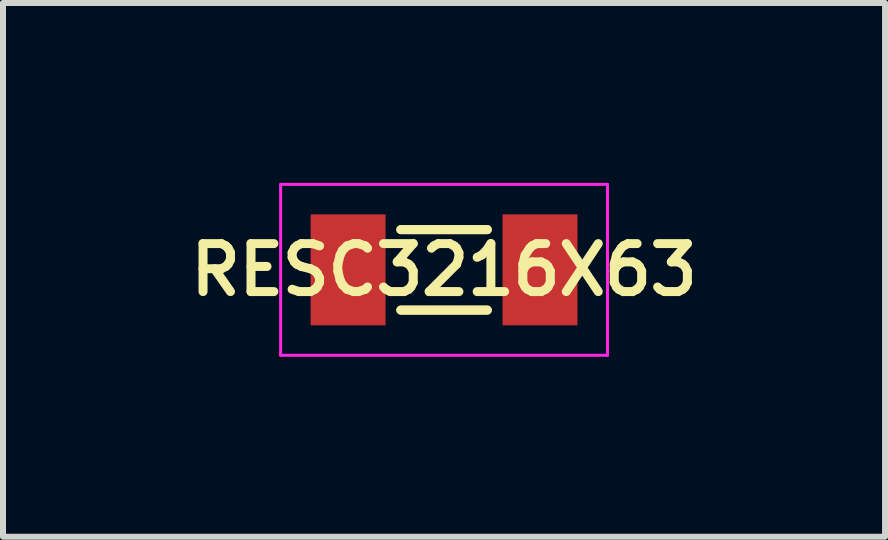
<source format=kicad_pcb>
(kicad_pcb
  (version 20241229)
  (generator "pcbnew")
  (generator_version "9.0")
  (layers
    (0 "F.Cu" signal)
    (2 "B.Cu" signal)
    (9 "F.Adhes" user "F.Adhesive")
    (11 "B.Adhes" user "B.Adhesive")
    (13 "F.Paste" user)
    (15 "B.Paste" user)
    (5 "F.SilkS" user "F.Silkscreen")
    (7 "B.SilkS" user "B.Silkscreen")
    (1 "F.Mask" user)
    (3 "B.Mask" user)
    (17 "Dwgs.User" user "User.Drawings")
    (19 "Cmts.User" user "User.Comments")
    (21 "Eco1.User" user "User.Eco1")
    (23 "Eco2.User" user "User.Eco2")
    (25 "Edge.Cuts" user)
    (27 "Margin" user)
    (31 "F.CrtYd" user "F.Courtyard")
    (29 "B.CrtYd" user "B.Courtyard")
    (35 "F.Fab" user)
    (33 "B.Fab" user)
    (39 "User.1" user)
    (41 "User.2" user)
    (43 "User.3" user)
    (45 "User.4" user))
  (footprint "RESC3216X63"
    (layer "F.Cu")
    (at 4.355 1.45)
    (property "Reference" "RESC3216X63" (at 0 0 0) (layer "F.SilkS") (effects (font (size 0.8 0.8) (thickness 0.15))))
    (attr smd)
    (fp_line (start -0.721 -0.671) (end 0.721 -0.671) (stroke (width 0.15) (type solid)) (layer "F.SilkS"))
    (fp_line (start -0.721 0.671) (end 0.721 0.671) (stroke (width 0.15) (type solid)) (layer "F.SilkS"))
    (fp_line (start 0.721 -0.671) (end -0.721 -0.671) (stroke (width 0.15) (type solid)) (layer "F.SilkS"))
    (fp_line (start 0.721 0.671) (end -0.721 0.671) (stroke (width 0.15) (type solid)) (layer "F.SilkS"))
    (fp_line (start -2.725 -1.425) (end 2.725 -1.425) (stroke (width 0.05) (type solid)) (layer "F.CrtYd"))
    (fp_line (start -2.725 1.425) (end -2.725 -1.425) (stroke (width 0.05) (type solid)) (layer "F.CrtYd"))
    (fp_line (start 2.725 -1.425) (end 2.725 1.425) (stroke (width 0.05) (type solid)) (layer "F.CrtYd"))
    (fp_line (start 2.725 1.425) (end -2.725 1.425) (stroke (width 0.05) (type solid)) (layer "F.CrtYd"))
    (pad "1" smd rect (at -1.6 0) (size 1.25 1.85) (layers "F.Cu" "F.Mask" "F.Paste"))
    (pad "2" smd rect (at 1.6 0) (size 1.25 1.85) (layers "F.Cu" "F.Mask" "F.Paste")))
  (gr_rect
    (start -3 -3)
    (end 11.709 5.9)
    (stroke (width 0.1) (type default))
    (fill no)
    (layer "Edge.Cuts")))
</source>
